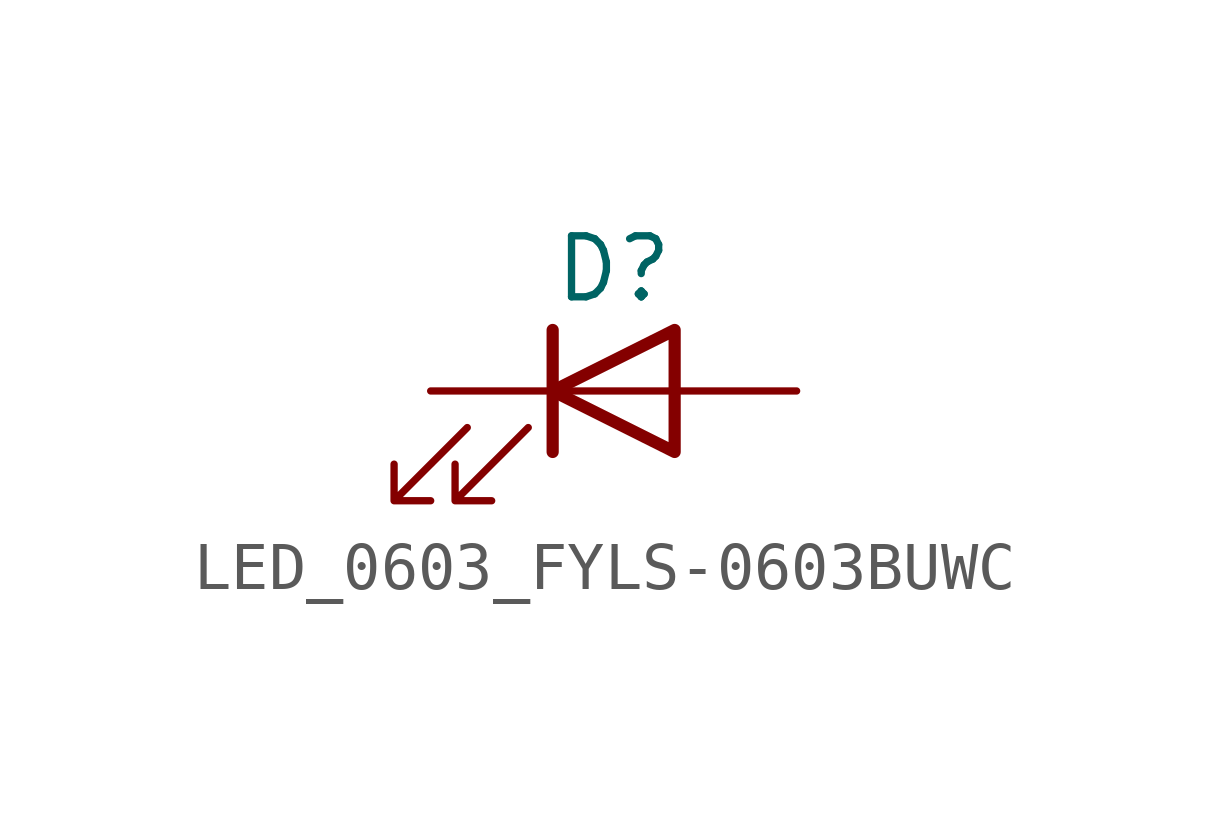
<source format=kicad_sym>
(kicad_symbol_lib
  (version 20220914)
  (generator kicad_symbol_editor)
  (symbol "LED_0603_FYLS-0603BUWC"
    (pin_numbers hide)
    (pin_names
      (offset 1.016) hide)
    (property "Reference" "D"
      (at 0 2.54 0)
      (effects (font (size 1.27 1.27))))
    (symbol "LED_0603_FYLS-0603BUWC_0_1"
      (polyline (pts (xy -1.27 -1.27) (xy -1.27 1.27)) (stroke (width 0.254) (type default)) (fill (type none)))
      (polyline (pts (xy -1.27 0) (xy 1.27 0)) (stroke (width 0) (type default)) (fill (type none)))
      (polyline (pts (xy 1.27 -1.27) (xy 1.27 1.27) (xy -1.27 0) (xy 1.27 -1.27)) (stroke (width 0.254) (type default)) (fill (type none)))
      (polyline (pts (xy -3.048 -0.762) (xy -4.572 -2.286) (xy -3.81 -2.286) (xy -4.572 -2.286) (xy -4.572 -1.524)) (stroke (width 0) (type default)) (fill (type none)))
      (polyline (pts (xy -1.778 -0.762) (xy -3.302 -2.286) (xy -2.54 -2.286) (xy -3.302 -2.286) (xy -3.302 -1.524)) (stroke (width 0) (type default)) (fill (type none))))
    (symbol "LED_0603_FYLS-0603BUWC_1_1"
      (pin passive line (at -3.81 0 0) (length 2.54) (name "K" (effects (font (size 1.27 1.27)))) (number "1" (effects (font (size 1.27 1.27)))))
      (pin passive line (at 3.81 0 180) (length 2.54) (name "A" (effects (font (size 1.27 1.27)))) (number "2" (effects (font (size 1.27 1.27))))))))
</source>
